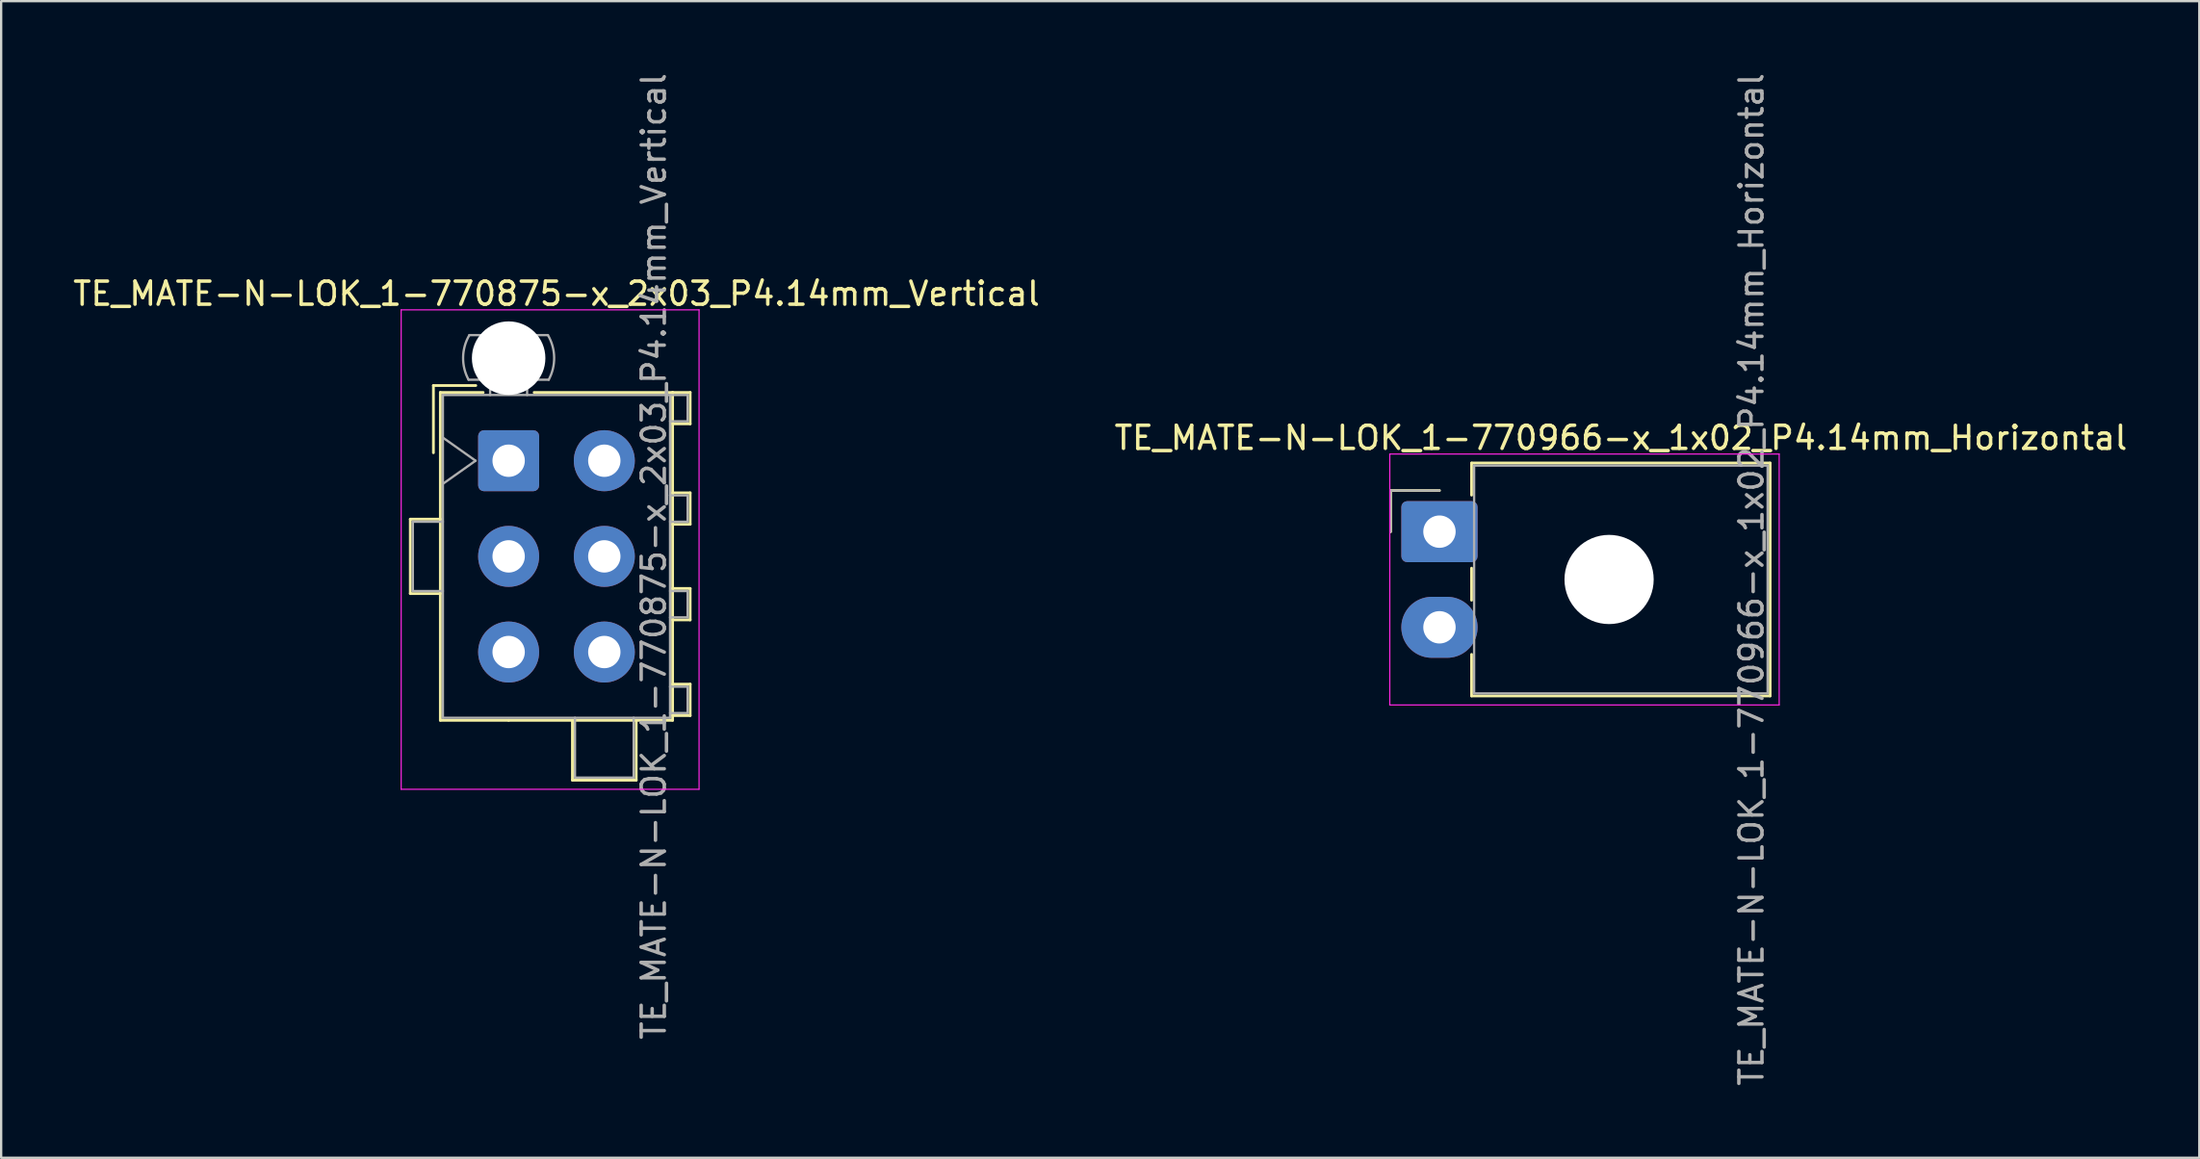
<source format=kicad_pcb>
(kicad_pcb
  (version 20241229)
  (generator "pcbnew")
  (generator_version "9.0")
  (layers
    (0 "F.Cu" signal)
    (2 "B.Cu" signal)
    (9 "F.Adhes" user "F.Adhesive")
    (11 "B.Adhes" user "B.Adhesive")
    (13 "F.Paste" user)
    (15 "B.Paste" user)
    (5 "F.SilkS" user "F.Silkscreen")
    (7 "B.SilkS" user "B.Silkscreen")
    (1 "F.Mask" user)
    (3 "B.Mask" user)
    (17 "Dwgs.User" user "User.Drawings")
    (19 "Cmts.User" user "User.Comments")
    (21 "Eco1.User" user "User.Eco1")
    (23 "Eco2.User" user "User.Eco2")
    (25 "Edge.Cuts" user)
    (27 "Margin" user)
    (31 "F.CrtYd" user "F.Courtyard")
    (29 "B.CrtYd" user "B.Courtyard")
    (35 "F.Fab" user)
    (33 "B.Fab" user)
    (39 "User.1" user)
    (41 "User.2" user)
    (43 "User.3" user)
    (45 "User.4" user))
  (footprint "TE_MATE-N-LOK_1-770966-x_1x02_P4.14mm_Horizontal"
    (layer "F.Cu")
    (at 59.239 19.96)
    (property "Reference" "TE_MATE-N-LOK_1-770966-x_1x02_P4.14mm_Horizontal" (at 7.85 -4.06 0) (layer "F.SilkS") (effects (font (size 1 1) (thickness 0.15))))
    (attr through_hole)
    (fp_line (start -2.11 -1.78) (end -2.11 0) (stroke (width 0.12) (type solid)) (layer "F.SilkS"))
    (fp_line (start 0 -1.78) (end -2.11 -1.78) (stroke (width 0.12) (type solid)) (layer "F.SilkS"))
    (fp_line (start 1.39 -2.97) (end 14.31 -2.97) (stroke (width 0.12) (type solid)) (layer "F.SilkS"))
    (fp_line (start 1.39 -1.58) (end 1.39 -2.97) (stroke (width 0.12) (type solid)) (layer "F.SilkS"))
    (fp_line (start 1.39 1.58) (end 1.39 2.968) (stroke (width 0.12) (type solid)) (layer "F.SilkS"))
    (fp_line (start 1.39 7.11) (end 1.39 5.312) (stroke (width 0.12) (type solid)) (layer "F.SilkS"))
    (fp_line (start 14.31 -2.97) (end 14.31 7.11) (stroke (width 0.12) (type solid)) (layer "F.SilkS"))
    (fp_line (start 14.31 7.11) (end 1.39 7.11) (stroke (width 0.12) (type solid)) (layer "F.SilkS"))
    (fp_line (start -2.15 -3.36) (end -2.15 7.5) (stroke (width 0.05) (type solid)) (layer "F.CrtYd"))
    (fp_line (start -2.15 7.5) (end 14.7 7.5) (stroke (width 0.05) (type solid)) (layer "F.CrtYd"))
    (fp_line (start 14.7 -3.36) (end -2.15 -3.36) (stroke (width 0.05) (type solid)) (layer "F.CrtYd"))
    (fp_line (start 14.7 7.5) (end 14.7 -3.36) (stroke (width 0.05) (type solid)) (layer "F.CrtYd"))
    (fp_line (start -2.11 -1.78) (end -2.11 0) (stroke (width 0.1) (type solid)) (layer "F.Fab"))
    (fp_line (start 0 -1.78) (end -2.11 -1.78) (stroke (width 0.1) (type solid)) (layer "F.Fab"))
    (fp_line (start 1.5 -2.86) (end 1.5 7) (stroke (width 0.1) (type solid)) (layer "F.Fab"))
    (fp_line (start 1.5 7) (end 14.2 7) (stroke (width 0.1) (type solid)) (layer "F.Fab"))
    (fp_line (start 14.2 -2.86) (end 1.5 -2.86) (stroke (width 0.1) (type solid)) (layer "F.Fab"))
    (fp_line (start 14.2 7) (end 14.2 -2.86) (stroke (width 0.1) (type solid)) (layer "F.Fab"))
    (fp_text user "${REFERENCE}" (at 13.5 2.07 90) (layer "F.Fab") (effects (font (size 1 1) (thickness 0.15))))
    (pad "" np_thru_hole circle (at 7.34 2.07) (size 3.86 3.86) (drill 3.86) (layers "*.Cu" "*.Mask"))
    (pad "1" thru_hole roundrect (at 0 0) (size 3.3 2.64) (drill 1.4) (layers "*.Cu" "*.Mask") (roundrect_rratio 0.095))
    (pad "2" thru_hole oval (at 0 4.14) (size 3.3 2.64) (drill 1.4) (layers "*.Cu" "*.Mask")))
  (footprint "TE_MATE-N-LOK_1-770875-x_2x03_P4.14mm_Vertical"
    (layer "F.Cu")
    (at 18.96 16.89)
    (property "Reference" "TE_MATE-N-LOK_1-770875-x_2x03_P4.14mm_Vertical" (at 2.07 -7.23 0) (layer "F.SilkS") (effects (font (size 1 1) (thickness 0.15))))
    (attr through_hole)
    (fp_line (start -4.255 2.53) (end -4.255 5.75) (stroke (width 0.12) (type solid)) (layer "F.SilkS"))
    (fp_line (start -4.255 5.75) (end -2.955 5.75) (stroke (width 0.12) (type solid)) (layer "F.SilkS"))
    (fp_line (start -3.255 -3.255) (end -3.255 -0.345) (stroke (width 0.12) (type solid)) (layer "F.SilkS"))
    (fp_line (start -2.955 -2.955) (end -2.955 11.235) (stroke (width 0.12) (type solid)) (layer "F.SilkS"))
    (fp_line (start -2.955 2.53) (end -4.255 2.53) (stroke (width 0.12) (type solid)) (layer "F.SilkS"))
    (fp_line (start -2.955 11.235) (end 0 11.235) (stroke (width 0.12) (type solid)) (layer "F.SilkS"))
    (fp_line (start -1.421 -3.255) (end -3.255 -3.255) (stroke (width 0.12) (type solid)) (layer "F.SilkS"))
    (fp_line (start -1.103 -2.955) (end -2.955 -2.955) (stroke (width 0.12) (type solid)) (layer "F.SilkS"))
    (fp_line (start 1.103 -2.955) (end 7.095 -2.955) (stroke (width 0.12) (type solid)) (layer "F.SilkS"))
    (fp_line (start 2.76 11.235) (end 2.76 13.826) (stroke (width 0.12) (type solid)) (layer "F.SilkS"))
    (fp_line (start 2.76 13.826) (end 5.52 13.826) (stroke (width 0.12) (type solid)) (layer "F.SilkS"))
    (fp_line (start 5.52 13.826) (end 5.52 11.235) (stroke (width 0.12) (type solid)) (layer "F.SilkS"))
    (fp_line (start 7.095 -2.955) (end 7.095 11.235) (stroke (width 0.12) (type solid)) (layer "F.SilkS"))
    (fp_line (start 7.095 -2.955) (end 7.855 -2.955) (stroke (width 0.12) (type solid)) (layer "F.SilkS"))
    (fp_line (start 7.095 1.39) (end 7.855 1.39) (stroke (width 0.12) (type solid)) (layer "F.SilkS"))
    (fp_line (start 7.095 5.53) (end 7.855 5.53) (stroke (width 0.12) (type solid)) (layer "F.SilkS"))
    (fp_line (start 7.095 9.67) (end 7.855 9.67) (stroke (width 0.12) (type solid)) (layer "F.SilkS"))
    (fp_line (start 7.095 11.235) (end 0 11.235) (stroke (width 0.12) (type solid)) (layer "F.SilkS"))
    (fp_line (start 7.855 -2.955) (end 7.855 -1.595) (stroke (width 0.12) (type solid)) (layer "F.SilkS"))
    (fp_line (start 7.855 -1.595) (end 7.095 -1.595) (stroke (width 0.12) (type solid)) (layer "F.SilkS"))
    (fp_line (start 7.855 1.39) (end 7.855 2.75) (stroke (width 0.12) (type solid)) (layer "F.SilkS"))
    (fp_line (start 7.855 2.75) (end 7.095 2.75) (stroke (width 0.12) (type solid)) (layer "F.SilkS"))
    (fp_line (start 7.855 5.53) (end 7.855 6.89) (stroke (width 0.12) (type solid)) (layer "F.SilkS"))
    (fp_line (start 7.855 6.89) (end 7.095 6.89) (stroke (width 0.12) (type solid)) (layer "F.SilkS"))
    (fp_line (start 7.855 9.67) (end 7.855 11.03) (stroke (width 0.12) (type solid)) (layer "F.SilkS"))
    (fp_line (start 7.855 11.03) (end 7.095 11.03) (stroke (width 0.12) (type solid)) (layer "F.SilkS"))
    (fp_line (start -4.65 -6.53) (end -4.65 14.22) (stroke (width 0.05) (type solid)) (layer "F.CrtYd"))
    (fp_line (start -4.65 14.22) (end 8.24 14.22) (stroke (width 0.05) (type solid)) (layer "F.CrtYd"))
    (fp_line (start 8.24 -6.53) (end -4.65 -6.53) (stroke (width 0.05) (type solid)) (layer "F.CrtYd"))
    (fp_line (start 8.24 14.22) (end 8.24 -6.53) (stroke (width 0.05) (type solid)) (layer "F.CrtYd"))
    (fp_line (start -4.145 2.64) (end -4.145 5.64) (stroke (width 0.1) (type solid)) (layer "F.Fab"))
    (fp_line (start -4.145 5.64) (end -2.845 5.64) (stroke (width 0.1) (type solid)) (layer "F.Fab"))
    (fp_line (start -2.845 -2.845) (end -2.845 11.125) (stroke (width 0.1) (type solid)) (layer "F.Fab"))
    (fp_line (start -2.845 -1) (end -1.431 0) (stroke (width 0.1) (type solid)) (layer "F.Fab"))
    (fp_line (start -2.845 2.64) (end -4.145 2.64) (stroke (width 0.1) (type solid)) (layer "F.Fab"))
    (fp_line (start -2.845 11.125) (end 6.985 11.125) (stroke (width 0.1) (type solid)) (layer "F.Fab"))
    (fp_line (start -1.431 0) (end -2.845 1) (stroke (width 0.1) (type solid)) (layer "F.Fab"))
    (fp_line (start -0.8 -2.845) (end -0.8 -3.505) (stroke (width 0.1) (type solid)) (layer "F.Fab"))
    (fp_line (start 0.8 -2.845) (end 0.8 -3.505) (stroke (width 0.1) (type solid)) (layer "F.Fab"))
    (fp_line (start 1.7 -5.436) (end -1.7 -5.436) (stroke (width 0.1) (type solid)) (layer "F.Fab"))
    (fp_line (start 1.734 -3.505) (end -1.734 -3.505) (stroke (width 0.1) (type solid)) (layer "F.Fab"))
    (fp_line (start 2.87 11.125) (end 2.87 13.716) (stroke (width 0.1) (type solid)) (layer "F.Fab"))
    (fp_line (start 2.87 13.716) (end 5.41 13.716) (stroke (width 0.1) (type solid)) (layer "F.Fab"))
    (fp_line (start 5.41 13.716) (end 5.41 11.125) (stroke (width 0.1) (type solid)) (layer "F.Fab"))
    (fp_line (start 6.985 -2.845) (end -2.845 -2.845) (stroke (width 0.1) (type solid)) (layer "F.Fab"))
    (fp_line (start 6.985 -2.845) (end 7.745 -2.845) (stroke (width 0.1) (type solid)) (layer "F.Fab"))
    (fp_line (start 6.985 1.5) (end 7.745 1.5) (stroke (width 0.1) (type solid)) (layer "F.Fab"))
    (fp_line (start 6.985 5.64) (end 7.745 5.64) (stroke (width 0.1) (type solid)) (layer "F.Fab"))
    (fp_line (start 6.985 9.78) (end 7.745 9.78) (stroke (width 0.1) (type solid)) (layer "F.Fab"))
    (fp_line (start 6.985 11.125) (end 6.985 -2.845) (stroke (width 0.1) (type solid)) (layer "F.Fab"))
    (fp_line (start 7.745 -2.845) (end 7.745 -1.705) (stroke (width 0.1) (type solid)) (layer "F.Fab"))
    (fp_line (start 7.745 -1.705) (end 6.985 -1.705) (stroke (width 0.1) (type solid)) (layer "F.Fab"))
    (fp_line (start 7.745 1.5) (end 7.745 2.64) (stroke (width 0.1) (type solid)) (layer "F.Fab"))
    (fp_line (start 7.745 2.64) (end 6.985 2.64) (stroke (width 0.1) (type solid)) (layer "F.Fab"))
    (fp_line (start 7.745 5.64) (end 7.745 6.78) (stroke (width 0.1) (type solid)) (layer "F.Fab"))
    (fp_line (start 7.745 6.78) (end 6.985 6.78) (stroke (width 0.1) (type solid)) (layer "F.Fab"))
    (fp_line (start 7.745 9.78) (end 7.745 10.92) (stroke (width 0.1) (type solid)) (layer "F.Fab"))
    (fp_line (start 7.745 10.92) (end 6.985 10.92) (stroke (width 0.1) (type solid)) (layer "F.Fab"))
    (fp_arc (start -1.733977 -3.505) (mid -1.96969 -4.474992) (end -1.699672 -5.436) (stroke (width 0.1) (type solid)) (layer "F.Fab"))
    (fp_arc (start 1.699672 -5.436) (mid 1.969689 -4.474992) (end 1.733977 -3.505) (stroke (width 0.1) (type solid)) (layer "F.Fab"))
    (fp_text user "${REFERENCE}" (at 6.28 4.14 90) (layer "F.Fab") (effects (font (size 1 1) (thickness 0.15))))
    (pad "" np_thru_hole circle (at 0 -4.44) (size 3.18 3.18) (drill 3.18) (layers "*.Cu" "*.Mask"))
    (pad "1" thru_hole roundrect (at 0 0) (size 2.64 2.64) (drill 1.4) (layers "*.Cu" "*.Mask") (roundrect_rratio 0.095))
    (pad "2" thru_hole circle (at 0 4.14) (size 2.64 2.64) (drill 1.4) (layers "*.Cu" "*.Mask"))
    (pad "3" thru_hole circle (at 0 8.28) (size 2.64 2.64) (drill 1.4) (layers "*.Cu" "*.Mask"))
    (pad "4" thru_hole circle (at 4.14 0) (size 2.64 2.64) (drill 1.4) (layers "*.Cu" "*.Mask"))
    (pad "5" thru_hole circle (at 4.14 4.14) (size 2.64 2.64) (drill 1.4) (layers "*.Cu" "*.Mask"))
    (pad "6" thru_hole circle (at 4.14 8.28) (size 2.64 2.64) (drill 1.4) (layers "*.Cu" "*.Mask")))
  (gr_rect
    (start -3 -3)
    (end 92.119 47.06)
    (stroke (width 0.1) (type default))
    (fill no)
    (layer "Edge.Cuts")))
</source>
